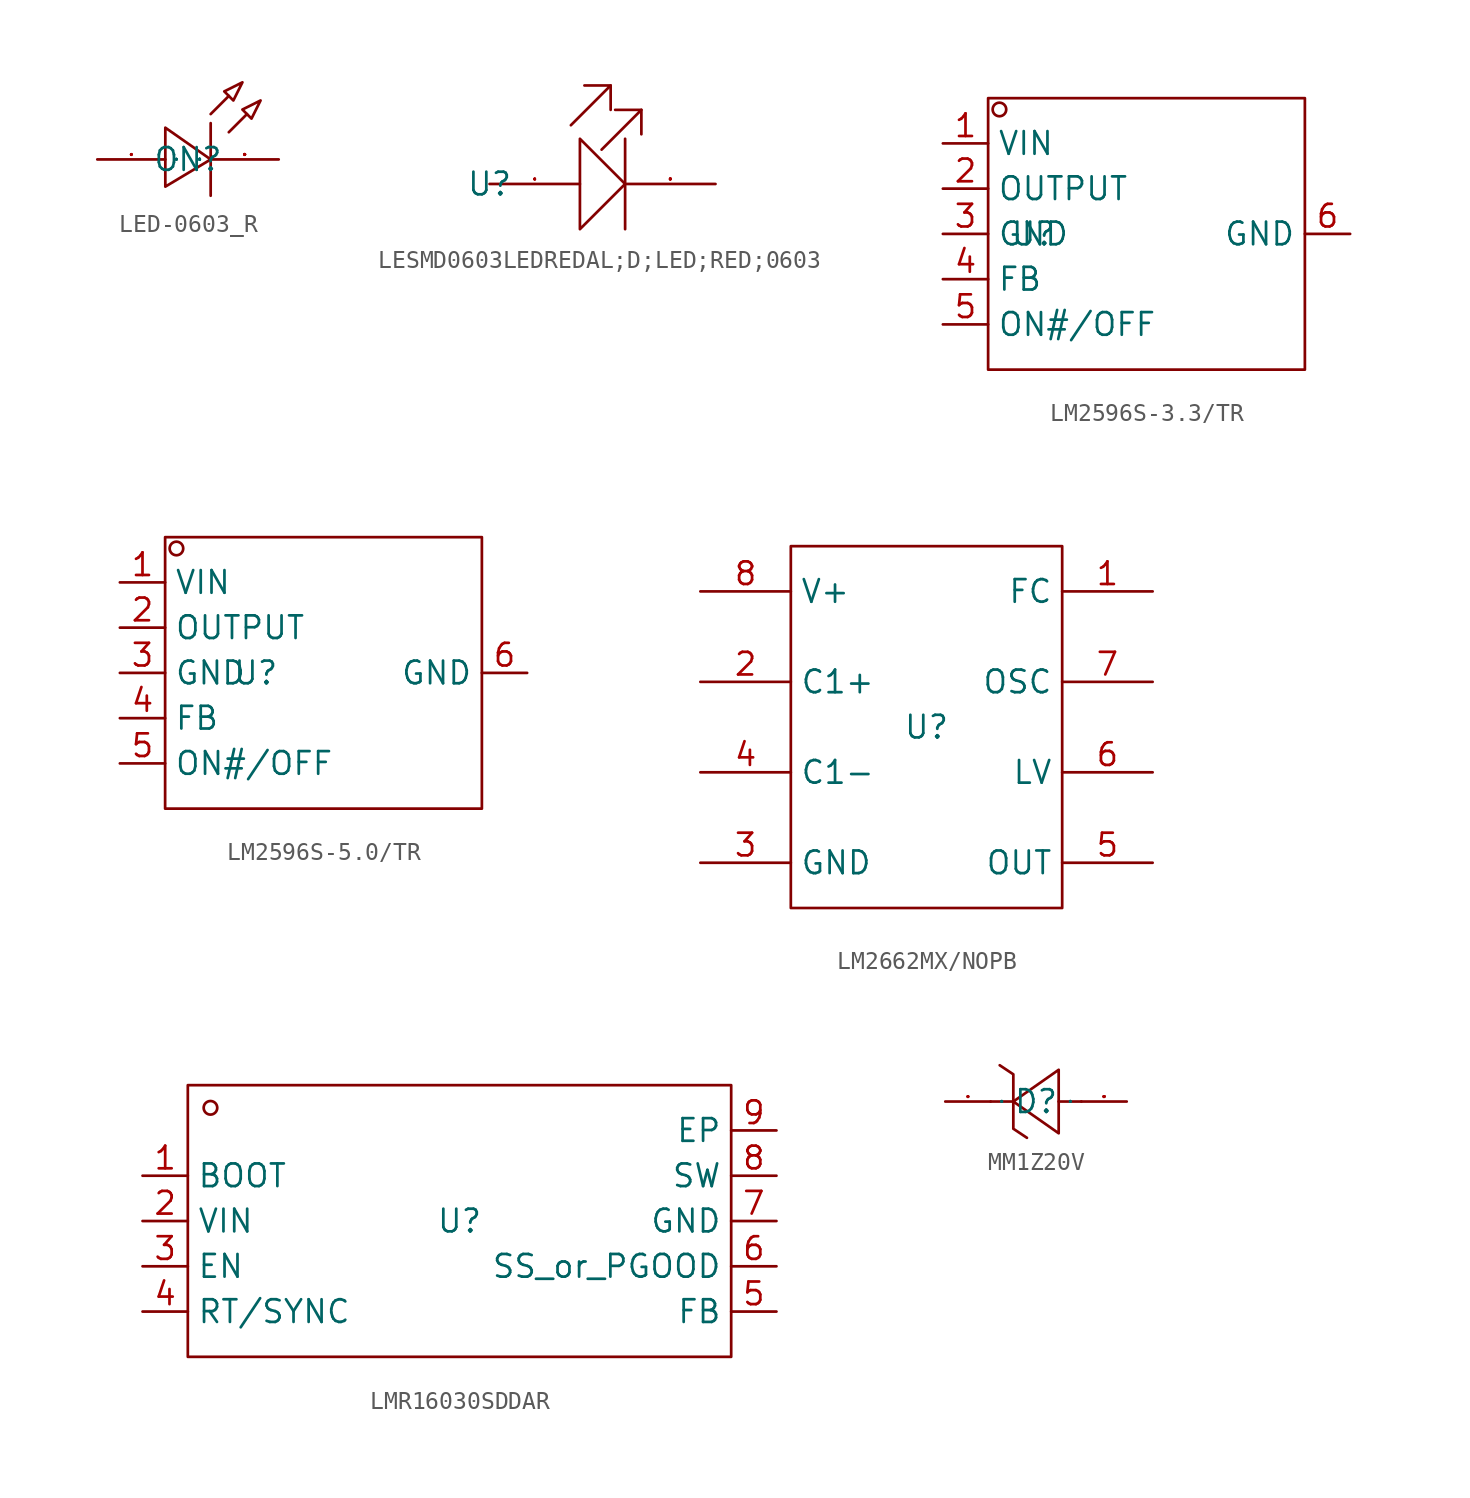
<source format=kicad_sym>
(kicad_symbol_lib
  (version 20231120)
  (generator "kicad_symbol_editor")
  (generator_version "8.0")
  (symbol "LED-0603_R"
    (property "Reference" "ON"
      (at 0 0 0)
      (effects (font (size 1.27 1.27))))
    (property "Value" ""
      (at 0 0 0)
      (effects (font (size 1.27 1.27))))
    (symbol "LED-0603_R_1_0"
      (polyline (pts (xy 1.27 2.032) (xy 1.27 -2.032)) (stroke (width 0) (type default)) (fill (type none)))
      (polyline (pts (xy 1.27 2.54) (xy 2.286 3.556)) (stroke (width 0) (type default)) (fill (type none)))
      (polyline (pts (xy 2.286 1.524) (xy 3.302 2.54)) (stroke (width 0) (type default)) (fill (type none)))
      (polyline (pts (xy -1.27 -1.524) (xy 1.27 0) (xy 1.27 0) (xy -1.27 1.778) (xy -1.27 1.778) (xy -1.27 -1.524)) (stroke (width 0) (type default)) (fill (type none)))
      (polyline (pts (xy 3.048 4.318) (xy 2.032 3.81) (xy 2.032 3.81) (xy 2.54 3.302) (xy 2.54 3.302) (xy 3.048 4.318)) (stroke (width 0) (type default)) (fill (type none)))
      (polyline (pts (xy 4.064 3.302) (xy 3.048 2.794) (xy 3.048 2.794) (xy 3.556 2.286) (xy 3.556 2.286) (xy 4.064 3.302)) (stroke (width 0) (type default)) (fill (type none)))
      (pin unspecified line (at -5.08 0 0) (length 3.81) (name "1" (effects (font (size 0.025 0.025)))) (number "1" (effects (font (size 0.025 0.025)))))
      (pin unspecified line (at 5.08 0 180) (length 3.81) (name "2" (effects (font (size 0.025 0.025)))) (number "2" (effects (font (size 0.025 0.025)))))))
  (symbol "LESMD0603LEDREDAL;D;LED;RED;0603"
    (property "Reference" "U"
      (at 0 0 0)
      (effects (font (size 1.27 1.27))))
    (symbol "LESMD0603LEDREDAL;D;LED;RED;0603_1_0"
      (polyline (pts (xy 6.807 5.537) (xy 6.807 4.166)) (stroke (width 0) (type default)) (fill (type none)))
      (polyline (pts (xy 7.62 2.54) (xy 7.62 -2.54)) (stroke (width 0) (type default)) (fill (type none)))
      (polyline (pts (xy 8.534 4.166) (xy 8.534 2.794)) (stroke (width 0) (type default)) (fill (type none)))
      (polyline (pts (xy 4.572 3.302) (xy 6.807 5.537) (xy 6.807 5.537) (xy 5.334 5.537)) (stroke (width 0) (type default)) (fill (type none)))
      (polyline (pts (xy 6.299 1.93) (xy 8.534 4.166) (xy 8.534 4.166) (xy 7.061 4.166)) (stroke (width 0) (type default)) (fill (type none)))
      (polyline (pts (xy 5.08 -2.54) (xy 7.62 0) (xy 7.62 0) (xy 5.08 2.54) (xy 5.08 2.54) (xy 5.08 -2.54)) (stroke (width 0) (type default)) (fill (type none)))
      (pin unspecified line (at 0 0 0) (length 5.08) (name "" (effects (font (size 0.025 0.025)))) (number "1" (effects (font (size 0.025 0.025)))))
      (pin unspecified line (at 12.7 0 180) (length 5.08) (name "" (effects (font (size 0.025 0.025)))) (number "2" (effects (font (size 0.025 0.025)))))))
  (symbol "LM2596S-3.3/TR"
    (property "Reference" "U"
      (at 0 0 0)
      (effects (font (size 1.27 1.27))))
    (property "Value" ""
      (at 0 0 0)
      (effects (font (size 1.27 1.27))))
    (symbol "LM2596S-3.3/TR_1_0"
      (rectangle (start -2.54 -7.62) (end 15.24 7.62) (stroke (width 0) (type default)) (fill (type none)))
      (circle (center -1.905 6.985) (radius 0.381) (stroke (width 0) (type default)) (fill (type none)))
      (pin input line (at -5.08 5.08 0) (length 2.54) (name "VIN" (effects (font (size 1.27 1.27)))) (number "1" (effects (font (size 1.27 1.27)))))
      (pin input line (at -5.08 2.54 0) (length 2.54) (name "OUTPUT" (effects (font (size 1.27 1.27)))) (number "2" (effects (font (size 1.27 1.27)))))
      (pin input line (at -5.08 0 0) (length 2.54) (name "GND" (effects (font (size 1.27 1.27)))) (number "3" (effects (font (size 1.27 1.27)))))
      (pin input line (at -5.08 -2.54 0) (length 2.54) (name "FB" (effects (font (size 1.27 1.27)))) (number "4" (effects (font (size 1.27 1.27)))))
      (pin input line (at -5.08 -5.08 0) (length 2.54) (name "ON#/OFF" (effects (font (size 1.27 1.27)))) (number "5" (effects (font (size 1.27 1.27)))))
      (pin input line (at 17.78 0 180) (length 2.54) (name "GND" (effects (font (size 1.27 1.27)))) (number "6" (effects (font (size 1.27 1.27)))))))
  (symbol "LM2596S-5.0/TR"
    (property "Reference" "U"
      (at 0 0 0)
      (effects (font (size 1.27 1.27))))
    (property "Value" ""
      (at 0 0 0)
      (effects (font (size 1.27 1.27))))
    (symbol "LM2596S-5.0/TR_1_0"
      (rectangle (start -5.08 -7.62) (end 12.7 7.62) (stroke (width 0) (type default)) (fill (type none)))
      (circle (center -4.445 6.985) (radius 0.381) (stroke (width 0) (type default)) (fill (type none)))
      (pin input line (at -7.62 5.08 0) (length 2.54) (name "VIN" (effects (font (size 1.27 1.27)))) (number "1" (effects (font (size 1.27 1.27)))))
      (pin input line (at -7.62 2.54 0) (length 2.54) (name "OUTPUT" (effects (font (size 1.27 1.27)))) (number "2" (effects (font (size 1.27 1.27)))))
      (pin input line (at -7.62 0 0) (length 2.54) (name "GND" (effects (font (size 1.27 1.27)))) (number "3" (effects (font (size 1.27 1.27)))))
      (pin input line (at -7.62 -2.54 0) (length 2.54) (name "FB" (effects (font (size 1.27 1.27)))) (number "4" (effects (font (size 1.27 1.27)))))
      (pin input line (at -7.62 -5.08 0) (length 2.54) (name "ON#/OFF" (effects (font (size 1.27 1.27)))) (number "5" (effects (font (size 1.27 1.27)))))
      (pin input line (at 15.24 0 180) (length 2.54) (name "GND" (effects (font (size 1.27 1.27)))) (number "6" (effects (font (size 1.27 1.27)))))))
  (symbol "LM2662MX/NOPB"
    (property "Reference" "U"
      (at 0 0 0)
      (effects (font (size 1.27 1.27))))
    (property "Value" ""
      (at 0 0 0)
      (effects (font (size 1.27 1.27))))
    (symbol "LM2662MX/NOPB_1_0"
      (rectangle (start -7.62 -10.16) (end 7.62 10.16) (stroke (width 0) (type default)) (fill (type none)))
      (pin unspecified line (at 12.7 7.62 180) (length 5.08) (name "FC" (effects (font (size 1.27 1.27)))) (number "1" (effects (font (size 1.27 1.27)))))
      (pin unspecified line (at -12.7 2.54 0) (length 5.08) (name "C1+" (effects (font (size 1.27 1.27)))) (number "2" (effects (font (size 1.27 1.27)))))
      (pin unspecified line (at -12.7 -7.62 0) (length 5.08) (name "GND" (effects (font (size 1.27 1.27)))) (number "3" (effects (font (size 1.27 1.27)))))
      (pin unspecified line (at -12.7 -2.54 0) (length 5.08) (name "C1-" (effects (font (size 1.27 1.27)))) (number "4" (effects (font (size 1.27 1.27)))))
      (pin unspecified line (at 12.7 -7.62 180) (length 5.08) (name "OUT" (effects (font (size 1.27 1.27)))) (number "5" (effects (font (size 1.27 1.27)))))
      (pin unspecified line (at 12.7 -2.54 180) (length 5.08) (name "LV" (effects (font (size 1.27 1.27)))) (number "6" (effects (font (size 1.27 1.27)))))
      (pin unspecified line (at 12.7 2.54 180) (length 5.08) (name "OSC" (effects (font (size 1.27 1.27)))) (number "7" (effects (font (size 1.27 1.27)))))
      (pin unspecified line (at -12.7 7.62 0) (length 5.08) (name "V+" (effects (font (size 1.27 1.27)))) (number "8" (effects (font (size 1.27 1.27)))))))
  (symbol "LMR16030SDDAR"
    (property "Reference" "U"
      (at 0 0 0)
      (effects (font (size 1.27 1.27))))
    (property "Value" ""
      (at 0 0 0)
      (effects (font (size 1.27 1.27))))
    (symbol "LMR16030SDDAR_1_0"
      (rectangle (start -15.24 -7.62) (end 15.24 7.62) (stroke (width 0) (type default)) (fill (type none)))
      (circle (center -13.97 6.35) (radius 0.381) (stroke (width 0) (type default)) (fill (type none)))
      (pin input line (at -17.78 2.54 0) (length 2.54) (name "BOOT" (effects (font (size 1.27 1.27)))) (number "1" (effects (font (size 1.27 1.27)))))
      (pin input line (at -17.78 0 0) (length 2.54) (name "VIN" (effects (font (size 1.27 1.27)))) (number "2" (effects (font (size 1.27 1.27)))))
      (pin input line (at -17.78 -2.54 0) (length 2.54) (name "EN" (effects (font (size 1.27 1.27)))) (number "3" (effects (font (size 1.27 1.27)))))
      (pin input line (at -17.78 -5.08 0) (length 2.54) (name "RT/SYNC" (effects (font (size 1.27 1.27)))) (number "4" (effects (font (size 1.27 1.27)))))
      (pin input line (at 17.78 -5.08 180) (length 2.54) (name "FB" (effects (font (size 1.27 1.27)))) (number "5" (effects (font (size 1.27 1.27)))))
      (pin input line (at 17.78 -2.54 180) (length 2.54) (name "SS_or_PGOOD" (effects (font (size 1.27 1.27)))) (number "6" (effects (font (size 1.27 1.27)))))
      (pin input line (at 17.78 0 180) (length 2.54) (name "GND" (effects (font (size 1.27 1.27)))) (number "7" (effects (font (size 1.27 1.27)))))
      (pin input line (at 17.78 2.54 180) (length 2.54) (name "SW" (effects (font (size 1.27 1.27)))) (number "8" (effects (font (size 1.27 1.27)))))
      (pin input line (at 17.78 5.08 180) (length 2.54) (name "EP" (effects (font (size 1.27 1.27)))) (number "9" (effects (font (size 1.27 1.27)))))))
  (symbol "MM1Z20V"
    (property "Reference" "D"
      (at 0 0 0)
      (effects (font (size 1.27 1.27))))
    (property "Value" ""
      (at 0 0 0)
      (effects (font (size 1.27 1.27))))
    (symbol "MM1Z20V_1_0"
      (polyline (pts (xy -1.27 0) (xy -2.54 0)) (stroke (width 0) (type default)) (fill (type none)))
      (polyline (pts (xy 2.54 0) (xy 1.27 0)) (stroke (width 0) (type default)) (fill (type none)))
      (polyline (pts (xy -2.032 2.032) (xy -1.27 1.524) (xy -1.27 1.524) (xy -1.27 -1.524) (xy -1.27 -1.524) (xy -0.508 -2.032)) (stroke (width 0) (type default)) (fill (type none)))
      (polyline (pts (xy 1.27 1.778) (xy -1.27 0) (xy -1.27 0) (xy 1.27 -1.778) (xy 1.27 -1.778) (xy 1.27 1.778)) (stroke (width 0) (type default)) (fill (type none)))
      (pin unspecified line (at -5.08 0 0) (length 2.54) (name "K" (effects (font (size 0.025 0.025)))) (number "1" (effects (font (size 0.025 0.025)))))
      (pin unspecified line (at 5.08 0 180) (length 2.54) (name "A" (effects (font (size 0.025 0.025)))) (number "2" (effects (font (size 0.025 0.025))))))))
</source>
